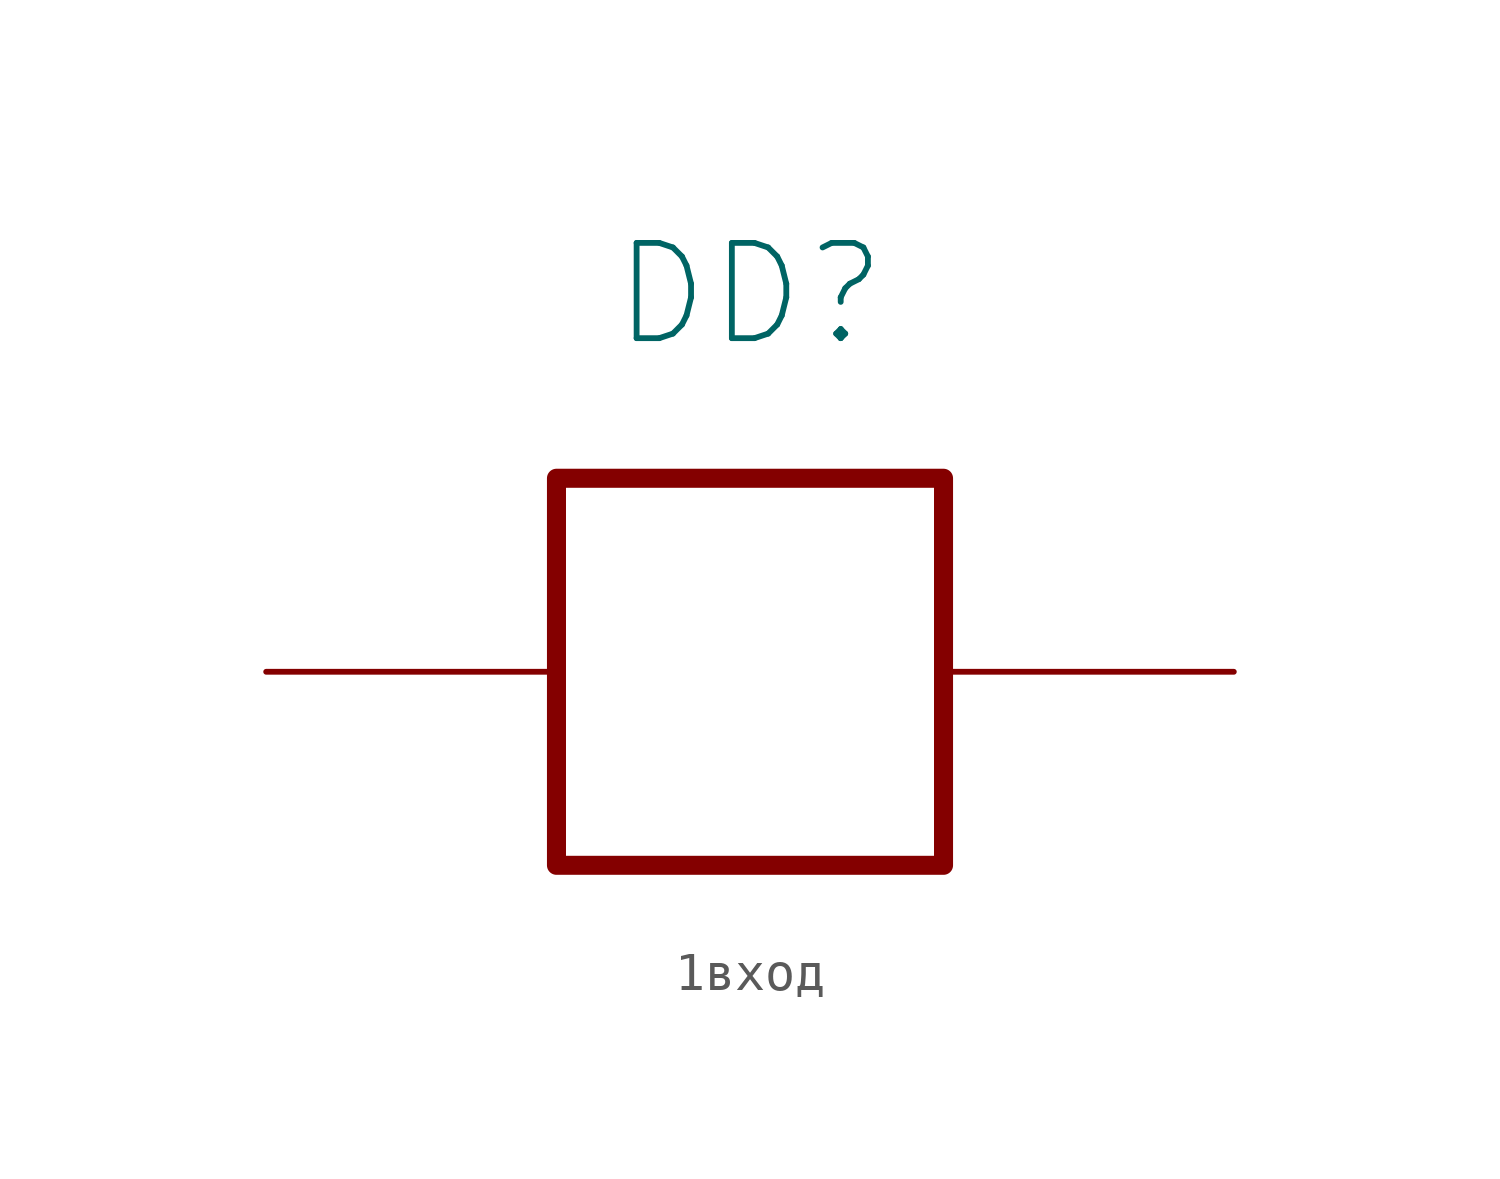
<source format=kicad_sym>
(kicad_symbol_lib
  (version 20220914)
  (generator kicad_symbol_editor)
  (symbol "1вход"
    (property "Reference" "DD"
      (at 0 9.906 0)
      (effects (font (size 2.5 2.5))))
    (property "Value" ""
      (at 0 0 0)
      (effects (font (size 1.27 1.27))))
    (symbol "1вход_1_1"
      (polyline (pts (xy 5.08 0) (xy 5.08 5.08) (xy -5.08 5.08) (xy -5.08 -5.08) (xy 5.08 -5.08) (xy 5.08 0)) (stroke (width 0.5) (type default)) (fill (type none)))
      (pin input line (at -12.7 0 0) (length 7.62) (name "~" (effects (font (size 2.5 2.5)))) (number "" (effects (font (size 2.5 2.5)))))
      (pin output line (at 12.7 0 180) (length 7.62) (name "~" (effects (font (size 2.5 2.5)))) (number "" (effects (font (size 2.5 2.5))))))))
</source>
